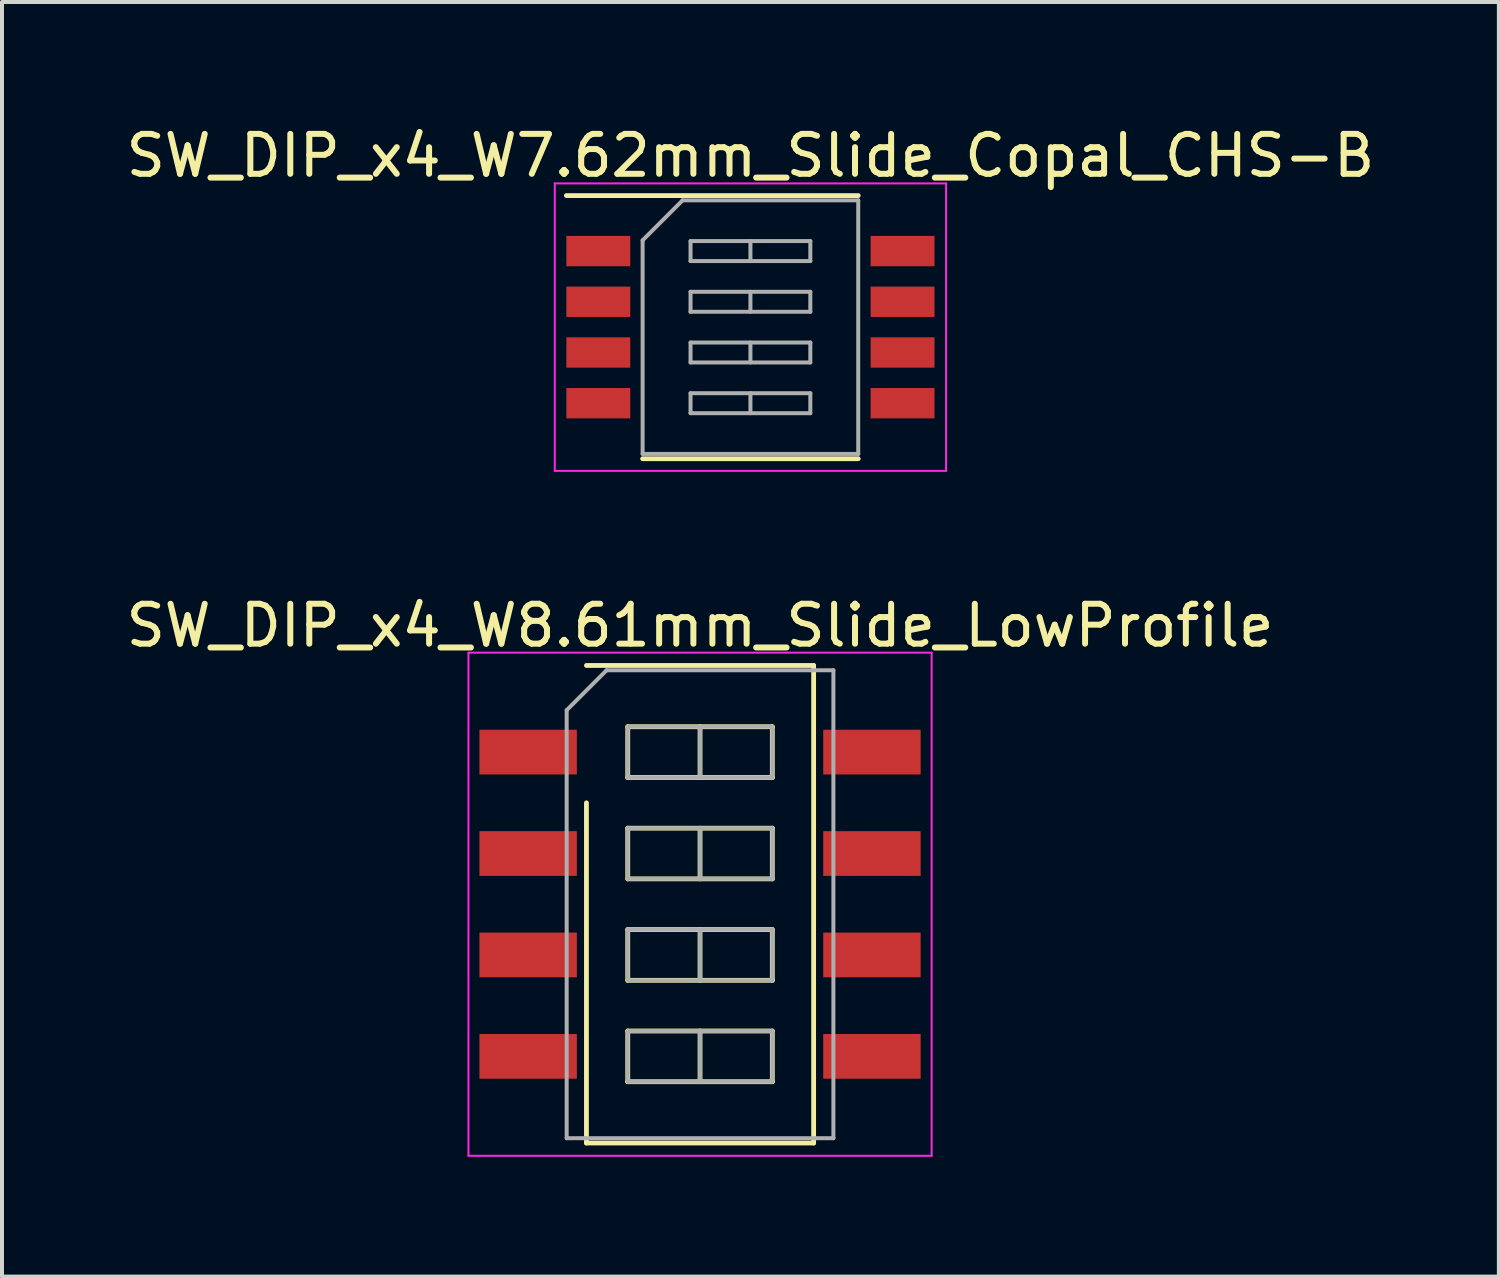
<source format=kicad_pcb>
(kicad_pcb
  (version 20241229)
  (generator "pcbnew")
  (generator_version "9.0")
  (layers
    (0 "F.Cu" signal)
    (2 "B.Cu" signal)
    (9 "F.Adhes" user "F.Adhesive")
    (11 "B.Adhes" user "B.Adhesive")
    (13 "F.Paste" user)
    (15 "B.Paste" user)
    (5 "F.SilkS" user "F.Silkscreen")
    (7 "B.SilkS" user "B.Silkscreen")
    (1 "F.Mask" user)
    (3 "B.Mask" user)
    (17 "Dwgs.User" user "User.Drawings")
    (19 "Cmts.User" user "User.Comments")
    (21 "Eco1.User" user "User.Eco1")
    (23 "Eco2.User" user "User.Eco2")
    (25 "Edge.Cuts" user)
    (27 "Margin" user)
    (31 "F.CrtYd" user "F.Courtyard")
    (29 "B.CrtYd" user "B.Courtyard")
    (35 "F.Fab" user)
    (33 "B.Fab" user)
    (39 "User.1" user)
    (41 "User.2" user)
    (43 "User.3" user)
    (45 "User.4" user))
  (footprint "SW_DIP_x4_W7.62mm_Slide_Copal_CHS-B"
    (layer "F.Cu")
    (at 15.744 5.143)
    (property "Reference" "SW_DIP_x4_W7.62mm_Slide_Copal_CHS-B" (at 0 -4.295 0) (layer "F.SilkS") (effects (font (size 1 1) (thickness 0.15))))
    (attr smd)
    (fp_line (start -4.61 -3.295) (end 2.7 -3.295) (stroke (width 0.12) (type solid)) (layer "F.SilkS"))
    (fp_line (start -2.7 3.295) (end 2.7 3.295) (stroke (width 0.12) (type solid)) (layer "F.SilkS"))
    (fp_line (start -4.9 -3.6) (end -4.9 3.6) (stroke (width 0.05) (type solid)) (layer "F.CrtYd"))
    (fp_line (start -4.9 3.6) (end 4.9 3.6) (stroke (width 0.05) (type solid)) (layer "F.CrtYd"))
    (fp_line (start 4.9 -3.6) (end -4.9 -3.6) (stroke (width 0.05) (type solid)) (layer "F.CrtYd"))
    (fp_line (start 4.9 3.6) (end 4.9 -3.6) (stroke (width 0.05) (type solid)) (layer "F.CrtYd"))
    (fp_line (start -2.7 -2.175) (end -1.7 -3.175) (stroke (width 0.1) (type solid)) (layer "F.Fab"))
    (fp_line (start -2.7 3.175) (end -2.7 -2.175) (stroke (width 0.1) (type solid)) (layer "F.Fab"))
    (fp_line (start -1.7 -3.175) (end 2.7 -3.175) (stroke (width 0.1) (type solid)) (layer "F.Fab"))
    (fp_line (start -1.5 -2.155) (end -1.5 -1.655) (stroke (width 0.1) (type solid)) (layer "F.Fab"))
    (fp_line (start -1.5 -1.655) (end 1.5 -1.655) (stroke (width 0.1) (type solid)) (layer "F.Fab"))
    (fp_line (start -1.5 -0.885) (end -1.5 -0.385) (stroke (width 0.1) (type solid)) (layer "F.Fab"))
    (fp_line (start -1.5 -0.385) (end 1.5 -0.385) (stroke (width 0.1) (type solid)) (layer "F.Fab"))
    (fp_line (start -1.5 0.385) (end -1.5 0.885) (stroke (width 0.1) (type solid)) (layer "F.Fab"))
    (fp_line (start -1.5 0.885) (end 1.5 0.885) (stroke (width 0.1) (type solid)) (layer "F.Fab"))
    (fp_line (start -1.5 1.655) (end -1.5 2.155) (stroke (width 0.1) (type solid)) (layer "F.Fab"))
    (fp_line (start -1.5 2.155) (end 1.5 2.155) (stroke (width 0.1) (type solid)) (layer "F.Fab"))
    (fp_line (start 0 -2.155) (end 0 -1.655) (stroke (width 0.1) (type solid)) (layer "F.Fab"))
    (fp_line (start 0 -0.885) (end 0 -0.385) (stroke (width 0.1) (type solid)) (layer "F.Fab"))
    (fp_line (start 0 0.385) (end 0 0.885) (stroke (width 0.1) (type solid)) (layer "F.Fab"))
    (fp_line (start 0 1.655) (end 0 2.155) (stroke (width 0.1) (type solid)) (layer "F.Fab"))
    (fp_line (start 1.5 -2.155) (end -1.5 -2.155) (stroke (width 0.1) (type solid)) (layer "F.Fab"))
    (fp_line (start 1.5 -1.655) (end 1.5 -2.155) (stroke (width 0.1) (type solid)) (layer "F.Fab"))
    (fp_line (start 1.5 -0.885) (end -1.5 -0.885) (stroke (width 0.1) (type solid)) (layer "F.Fab"))
    (fp_line (start 1.5 -0.385) (end 1.5 -0.885) (stroke (width 0.1) (type solid)) (layer "F.Fab"))
    (fp_line (start 1.5 0.385) (end -1.5 0.385) (stroke (width 0.1) (type solid)) (layer "F.Fab"))
    (fp_line (start 1.5 0.885) (end 1.5 0.385) (stroke (width 0.1) (type solid)) (layer "F.Fab"))
    (fp_line (start 1.5 1.655) (end -1.5 1.655) (stroke (width 0.1) (type solid)) (layer "F.Fab"))
    (fp_line (start 1.5 2.155) (end 1.5 1.655) (stroke (width 0.1) (type solid)) (layer "F.Fab"))
    (fp_line (start 2.7 -3.175) (end 2.7 3.175) (stroke (width 0.1) (type solid)) (layer "F.Fab"))
    (fp_line (start 2.7 3.175) (end -2.7 3.175) (stroke (width 0.1) (type solid)) (layer "F.Fab"))
    (pad "1" smd rect (at -3.81 -1.905) (size 1.6 0.76) (layers "F.Cu" "F.Mask"))
    (pad "2" smd rect (at -3.81 -0.635) (size 1.6 0.76) (layers "F.Cu" "F.Mask"))
    (pad "3" smd rect (at -3.81 0.635) (size 1.6 0.76) (layers "F.Cu" "F.Mask"))
    (pad "4" smd rect (at -3.81 1.905) (size 1.6 0.76) (layers "F.Cu" "F.Mask"))
    (pad "5" smd rect (at 3.81 1.905) (size 1.6 0.76) (layers "F.Cu" "F.Mask"))
    (pad "6" smd rect (at 3.81 0.635) (size 1.6 0.76) (layers "F.Cu" "F.Mask"))
    (pad "7" smd rect (at 3.81 -0.635) (size 1.6 0.76) (layers "F.Cu" "F.Mask"))
    (pad "8" smd rect (at 3.81 -1.905) (size 1.6 0.76) (layers "F.Cu" "F.Mask")))
  (footprint "SW_DIP_x4_W8.61mm_Slide_LowProfile"
    (layer "F.Cu")
    (at 14.482 19.596)
    (property "Reference" "SW_DIP_x4_W8.61mm_Slide_LowProfile" (at 0 -6.98 0) (layer "F.SilkS") (effects (font (size 1 1) (thickness 0.15))))
    (attr smd)
    (fp_line (start -2.845 -5.98) (end 2.845 -5.98) (stroke (width 0.12) (type solid)) (layer "F.SilkS"))
    (fp_line (start -2.845 5.98) (end -2.845 -2.54) (stroke (width 0.12) (type solid)) (layer "F.SilkS"))
    (fp_line (start -1.81 -4.445) (end -1.81 -3.175) (stroke (width 0.12) (type solid)) (layer "F.SilkS"))
    (fp_line (start -1.81 -3.175) (end 1.81 -3.175) (stroke (width 0.12) (type solid)) (layer "F.SilkS"))
    (fp_line (start -1.81 -1.905) (end -1.81 -0.635) (stroke (width 0.12) (type solid)) (layer "F.SilkS"))
    (fp_line (start -1.81 -0.635) (end 1.81 -0.635) (stroke (width 0.12) (type solid)) (layer "F.SilkS"))
    (fp_line (start -1.81 0.635) (end -1.81 1.905) (stroke (width 0.12) (type solid)) (layer "F.SilkS"))
    (fp_line (start -1.81 1.905) (end 1.81 1.905) (stroke (width 0.12) (type solid)) (layer "F.SilkS"))
    (fp_line (start -1.81 3.175) (end -1.81 4.445) (stroke (width 0.12) (type solid)) (layer "F.SilkS"))
    (fp_line (start -1.81 4.445) (end 1.81 4.445) (stroke (width 0.12) (type solid)) (layer "F.SilkS"))
    (fp_line (start 0 -4.445) (end 0 -3.175) (stroke (width 0.12) (type solid)) (layer "F.SilkS"))
    (fp_line (start 0 -1.905) (end 0 -0.635) (stroke (width 0.12) (type solid)) (layer "F.SilkS"))
    (fp_line (start 0 0.635) (end 0 1.905) (stroke (width 0.12) (type solid)) (layer "F.SilkS"))
    (fp_line (start 0 3.175) (end 0 4.445) (stroke (width 0.12) (type solid)) (layer "F.SilkS"))
    (fp_line (start 1.81 -4.445) (end -1.81 -4.445) (stroke (width 0.12) (type solid)) (layer "F.SilkS"))
    (fp_line (start 1.81 -3.175) (end 1.81 -4.445) (stroke (width 0.12) (type solid)) (layer "F.SilkS"))
    (fp_line (start 1.81 -1.905) (end -1.81 -1.905) (stroke (width 0.12) (type solid)) (layer "F.SilkS"))
    (fp_line (start 1.81 -0.635) (end 1.81 -1.905) (stroke (width 0.12) (type solid)) (layer "F.SilkS"))
    (fp_line (start 1.81 0.635) (end -1.81 0.635) (stroke (width 0.12) (type solid)) (layer "F.SilkS"))
    (fp_line (start 1.81 1.905) (end 1.81 0.635) (stroke (width 0.12) (type solid)) (layer "F.SilkS"))
    (fp_line (start 1.81 3.175) (end -1.81 3.175) (stroke (width 0.12) (type solid)) (layer "F.SilkS"))
    (fp_line (start 1.81 4.445) (end 1.81 3.175) (stroke (width 0.12) (type solid)) (layer "F.SilkS"))
    (fp_line (start 2.845 -5.98) (end 2.845 5.98) (stroke (width 0.12) (type solid)) (layer "F.SilkS"))
    (fp_line (start 2.845 5.98) (end -2.845 5.98) (stroke (width 0.12) (type solid)) (layer "F.SilkS"))
    (fp_line (start -5.8 -6.3) (end -5.8 6.3) (stroke (width 0.05) (type solid)) (layer "F.CrtYd"))
    (fp_line (start -5.8 6.3) (end 5.8 6.3) (stroke (width 0.05) (type solid)) (layer "F.CrtYd"))
    (fp_line (start 5.8 -6.3) (end -5.8 -6.3) (stroke (width 0.05) (type solid)) (layer "F.CrtYd"))
    (fp_line (start 5.8 6.3) (end 5.8 -6.3) (stroke (width 0.05) (type solid)) (layer "F.CrtYd"))
    (fp_line (start -3.34 -4.86) (end -2.34 -5.86) (stroke (width 0.1) (type solid)) (layer "F.Fab"))
    (fp_line (start -3.34 5.86) (end -3.34 -4.86) (stroke (width 0.1) (type solid)) (layer "F.Fab"))
    (fp_line (start -2.34 -5.86) (end 3.34 -5.86) (stroke (width 0.1) (type solid)) (layer "F.Fab"))
    (fp_line (start -1.81 -4.445) (end -1.81 -3.175) (stroke (width 0.1) (type solid)) (layer "F.Fab"))
    (fp_line (start -1.81 -3.175) (end 1.81 -3.175) (stroke (width 0.1) (type solid)) (layer "F.Fab"))
    (fp_line (start -1.81 -1.905) (end -1.81 -0.635) (stroke (width 0.1) (type solid)) (layer "F.Fab"))
    (fp_line (start -1.81 -0.635) (end 1.81 -0.635) (stroke (width 0.1) (type solid)) (layer "F.Fab"))
    (fp_line (start -1.81 0.635) (end -1.81 1.905) (stroke (width 0.1) (type solid)) (layer "F.Fab"))
    (fp_line (start -1.81 1.905) (end 1.81 1.905) (stroke (width 0.1) (type solid)) (layer "F.Fab"))
    (fp_line (start -1.81 3.175) (end -1.81 4.445) (stroke (width 0.1) (type solid)) (layer "F.Fab"))
    (fp_line (start -1.81 4.445) (end 1.81 4.445) (stroke (width 0.1) (type solid)) (layer "F.Fab"))
    (fp_line (start 0 -4.445) (end 0 -3.175) (stroke (width 0.1) (type solid)) (layer "F.Fab"))
    (fp_line (start 0 -1.905) (end 0 -0.635) (stroke (width 0.1) (type solid)) (layer "F.Fab"))
    (fp_line (start 0 0.635) (end 0 1.905) (stroke (width 0.1) (type solid)) (layer "F.Fab"))
    (fp_line (start 0 3.175) (end 0 4.445) (stroke (width 0.1) (type solid)) (layer "F.Fab"))
    (fp_line (start 1.81 -4.445) (end -1.81 -4.445) (stroke (width 0.1) (type solid)) (layer "F.Fab"))
    (fp_line (start 1.81 -3.175) (end 1.81 -4.445) (stroke (width 0.1) (type solid)) (layer "F.Fab"))
    (fp_line (start 1.81 -1.905) (end -1.81 -1.905) (stroke (width 0.1) (type solid)) (layer "F.Fab"))
    (fp_line (start 1.81 -0.635) (end 1.81 -1.905) (stroke (width 0.1) (type solid)) (layer "F.Fab"))
    (fp_line (start 1.81 0.635) (end -1.81 0.635) (stroke (width 0.1) (type solid)) (layer "F.Fab"))
    (fp_line (start 1.81 1.905) (end 1.81 0.635) (stroke (width 0.1) (type solid)) (layer "F.Fab"))
    (fp_line (start 1.81 3.175) (end -1.81 3.175) (stroke (width 0.1) (type solid)) (layer "F.Fab"))
    (fp_line (start 1.81 4.445) (end 1.81 3.175) (stroke (width 0.1) (type solid)) (layer "F.Fab"))
    (fp_line (start 3.34 -5.86) (end 3.34 5.86) (stroke (width 0.1) (type solid)) (layer "F.Fab"))
    (fp_line (start 3.34 5.86) (end -3.34 5.86) (stroke (width 0.1) (type solid)) (layer "F.Fab"))
    (pad "1" smd rect (at -4.305 -3.81) (size 2.44 1.12) (layers "F.Cu" "F.Mask"))
    (pad "2" smd rect (at -4.305 -1.27) (size 2.44 1.12) (layers "F.Cu" "F.Mask"))
    (pad "3" smd rect (at -4.305 1.27) (size 2.44 1.12) (layers "F.Cu" "F.Mask"))
    (pad "4" smd rect (at -4.305 3.81) (size 2.44 1.12) (layers "F.Cu" "F.Mask"))
    (pad "5" smd rect (at 4.305 3.81) (size 2.44 1.12) (layers "F.Cu" "F.Mask"))
    (pad "6" smd rect (at 4.305 1.27) (size 2.44 1.12) (layers "F.Cu" "F.Mask"))
    (pad "7" smd rect (at 4.305 -1.27) (size 2.44 1.12) (layers "F.Cu" "F.Mask"))
    (pad "8" smd rect (at 4.305 -3.81) (size 2.44 1.12) (layers "F.Cu" "F.Mask")))
  (gr_rect
    (start -3 -3)
    (end 34.488 28.922)
    (stroke (width 0.1) (type default))
    (fill no)
    (layer "Edge.Cuts")))
</source>
